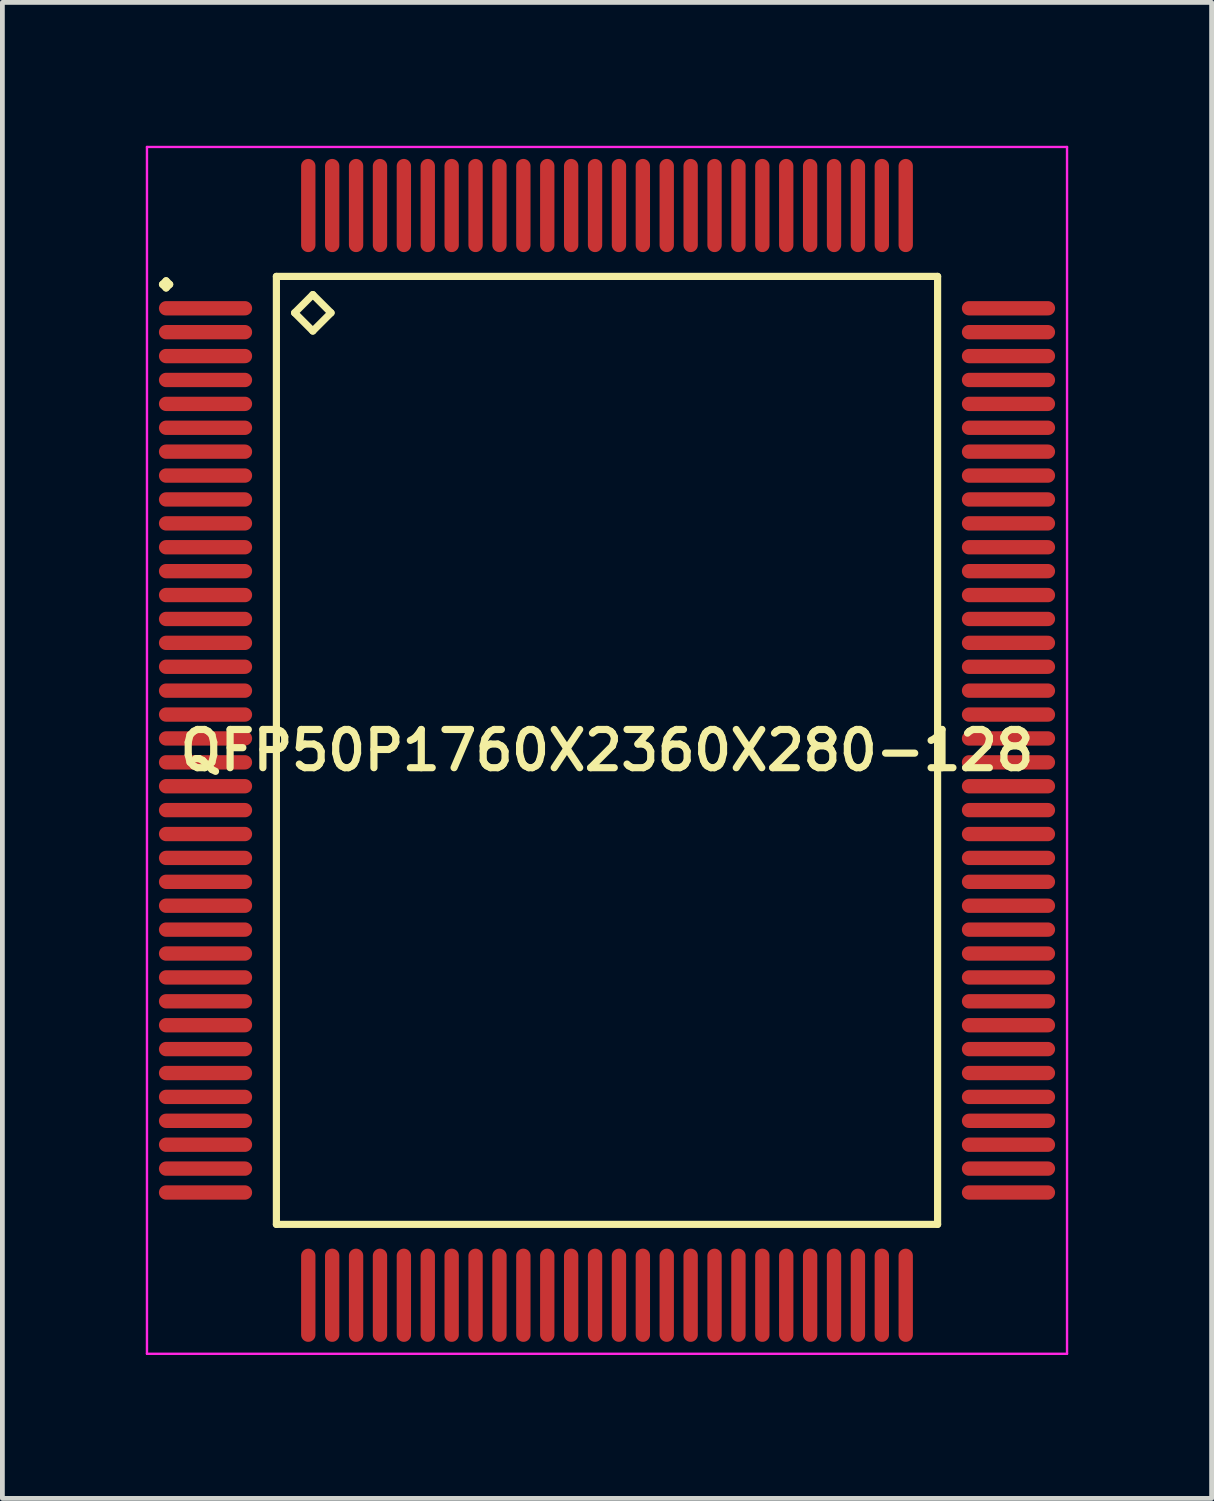
<source format=kicad_pcb>
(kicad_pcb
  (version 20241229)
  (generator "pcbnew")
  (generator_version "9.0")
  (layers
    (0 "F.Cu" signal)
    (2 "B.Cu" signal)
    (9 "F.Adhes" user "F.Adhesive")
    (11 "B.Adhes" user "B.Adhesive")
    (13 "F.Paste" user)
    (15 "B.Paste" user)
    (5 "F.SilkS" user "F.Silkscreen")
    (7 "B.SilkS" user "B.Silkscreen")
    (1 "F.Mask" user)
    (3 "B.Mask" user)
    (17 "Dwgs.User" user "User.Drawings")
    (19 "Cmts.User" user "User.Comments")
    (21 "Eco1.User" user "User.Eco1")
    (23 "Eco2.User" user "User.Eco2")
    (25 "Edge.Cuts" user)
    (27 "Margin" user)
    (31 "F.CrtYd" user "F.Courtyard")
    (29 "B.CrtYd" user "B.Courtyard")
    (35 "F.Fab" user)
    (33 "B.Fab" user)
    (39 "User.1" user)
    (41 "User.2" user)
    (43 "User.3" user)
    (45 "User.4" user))
  (footprint "QFP50P1760X2360X280-128"
    (layer "F.Cu")
    (at 9.65 12.65)
    (property "Reference" "QFP50P1760X2360X280-128" (at 0 0 0) (layer "F.SilkS") (effects (font (size 0.8 0.8) (thickness 0.15))))
    (attr smd)
    (fp_line (start -9.3 -9.75) (end -9.225 -9.825) (stroke (width 0.15) (type solid)) (layer "F.SilkS"))
    (fp_line (start -9.225 -9.825) (end -9.15 -9.75) (stroke (width 0.15) (type solid)) (layer "F.SilkS"))
    (fp_line (start -9.225 -9.675) (end -9.3 -9.75) (stroke (width 0.15) (type solid)) (layer "F.SilkS"))
    (fp_line (start -9.15 -9.75) (end -9.225 -9.675) (stroke (width 0.15) (type solid)) (layer "F.SilkS"))
    (fp_line (start -6.917 -9.917) (end -6.917 9.917) (stroke (width 0.15) (type solid)) (layer "F.SilkS"))
    (fp_line (start -6.917 9.917) (end 6.917 9.917) (stroke (width 0.15) (type solid)) (layer "F.SilkS"))
    (fp_line (start -6.536 -9.155) (end -6.155 -9.536) (stroke (width 0.15) (type solid)) (layer "F.SilkS"))
    (fp_line (start -6.155 -9.536) (end -5.774 -9.155) (stroke (width 0.15) (type solid)) (layer "F.SilkS"))
    (fp_line (start -6.155 -8.774) (end -6.536 -9.155) (stroke (width 0.15) (type solid)) (layer "F.SilkS"))
    (fp_line (start -5.774 -9.155) (end -6.155 -8.774) (stroke (width 0.15) (type solid)) (layer "F.SilkS"))
    (fp_line (start 6.917 -9.917) (end -6.917 -9.917) (stroke (width 0.15) (type solid)) (layer "F.SilkS"))
    (fp_line (start 6.917 9.917) (end 6.917 -9.917) (stroke (width 0.15) (type solid)) (layer "F.SilkS"))
    (fp_line (start -9.625 -12.625) (end 9.625 -12.625) (stroke (width 0.05) (type solid)) (layer "F.CrtYd"))
    (fp_line (start -9.625 12.625) (end -9.625 -12.625) (stroke (width 0.05) (type solid)) (layer "F.CrtYd"))
    (fp_line (start 9.625 -12.625) (end 9.625 12.625) (stroke (width 0.05) (type solid)) (layer "F.CrtYd"))
    (fp_line (start 9.625 12.625) (end -9.625 12.625) (stroke (width 0.05) (type solid)) (layer "F.CrtYd"))
    (pad "1" smd oval (at -8.4 -9.25) (size 1.95 0.3) (layers "F.Cu" "F.Mask" "F.Paste"))
    (pad "2" smd oval (at -8.4 -8.75) (size 1.95 0.3) (layers "F.Cu" "F.Mask" "F.Paste"))
    (pad "3" smd oval (at -8.4 -8.25) (size 1.95 0.3) (layers "F.Cu" "F.Mask" "F.Paste"))
    (pad "4" smd oval (at -8.4 -7.75) (size 1.95 0.3) (layers "F.Cu" "F.Mask" "F.Paste"))
    (pad "5" smd oval (at -8.4 -7.25) (size 1.95 0.3) (layers "F.Cu" "F.Mask" "F.Paste"))
    (pad "6" smd oval (at -8.4 -6.75) (size 1.95 0.3) (layers "F.Cu" "F.Mask" "F.Paste"))
    (pad "7" smd oval (at -8.4 -6.25) (size 1.95 0.3) (layers "F.Cu" "F.Mask" "F.Paste"))
    (pad "8" smd oval (at -8.4 -5.75) (size 1.95 0.3) (layers "F.Cu" "F.Mask" "F.Paste"))
    (pad "9" smd oval (at -8.4 -5.25) (size 1.95 0.3) (layers "F.Cu" "F.Mask" "F.Paste"))
    (pad "10" smd oval (at -8.4 -4.75) (size 1.95 0.3) (layers "F.Cu" "F.Mask" "F.Paste"))
    (pad "11" smd oval (at -8.4 -4.25) (size 1.95 0.3) (layers "F.Cu" "F.Mask" "F.Paste"))
    (pad "12" smd oval (at -8.4 -3.75) (size 1.95 0.3) (layers "F.Cu" "F.Mask" "F.Paste"))
    (pad "13" smd oval (at -8.4 -3.25) (size 1.95 0.3) (layers "F.Cu" "F.Mask" "F.Paste"))
    (pad "14" smd oval (at -8.4 -2.75) (size 1.95 0.3) (layers "F.Cu" "F.Mask" "F.Paste"))
    (pad "15" smd oval (at -8.4 -2.25) (size 1.95 0.3) (layers "F.Cu" "F.Mask" "F.Paste"))
    (pad "16" smd oval (at -8.4 -1.75) (size 1.95 0.3) (layers "F.Cu" "F.Mask" "F.Paste"))
    (pad "17" smd oval (at -8.4 -1.25) (size 1.95 0.3) (layers "F.Cu" "F.Mask" "F.Paste"))
    (pad "18" smd oval (at -8.4 -0.75) (size 1.95 0.3) (layers "F.Cu" "F.Mask" "F.Paste"))
    (pad "19" smd oval (at -8.4 -0.25) (size 1.95 0.3) (layers "F.Cu" "F.Mask" "F.Paste"))
    (pad "20" smd oval (at -8.4 0.25) (size 1.95 0.3) (layers "F.Cu" "F.Mask" "F.Paste"))
    (pad "21" smd oval (at -8.4 0.75) (size 1.95 0.3) (layers "F.Cu" "F.Mask" "F.Paste"))
    (pad "22" smd oval (at -8.4 1.25) (size 1.95 0.3) (layers "F.Cu" "F.Mask" "F.Paste"))
    (pad "23" smd oval (at -8.4 1.75) (size 1.95 0.3) (layers "F.Cu" "F.Mask" "F.Paste"))
    (pad "24" smd oval (at -8.4 2.25) (size 1.95 0.3) (layers "F.Cu" "F.Mask" "F.Paste"))
    (pad "25" smd oval (at -8.4 2.75) (size 1.95 0.3) (layers "F.Cu" "F.Mask" "F.Paste"))
    (pad "26" smd oval (at -8.4 3.25) (size 1.95 0.3) (layers "F.Cu" "F.Mask" "F.Paste"))
    (pad "27" smd oval (at -8.4 3.75) (size 1.95 0.3) (layers "F.Cu" "F.Mask" "F.Paste"))
    (pad "28" smd oval (at -8.4 4.25) (size 1.95 0.3) (layers "F.Cu" "F.Mask" "F.Paste"))
    (pad "29" smd oval (at -8.4 4.75) (size 1.95 0.3) (layers "F.Cu" "F.Mask" "F.Paste"))
    (pad "30" smd oval (at -8.4 5.25) (size 1.95 0.3) (layers "F.Cu" "F.Mask" "F.Paste"))
    (pad "31" smd oval (at -8.4 5.75) (size 1.95 0.3) (layers "F.Cu" "F.Mask" "F.Paste"))
    (pad "32" smd oval (at -8.4 6.25) (size 1.95 0.3) (layers "F.Cu" "F.Mask" "F.Paste"))
    (pad "33" smd oval (at -8.4 6.75) (size 1.95 0.3) (layers "F.Cu" "F.Mask" "F.Paste"))
    (pad "34" smd oval (at -8.4 7.25) (size 1.95 0.3) (layers "F.Cu" "F.Mask" "F.Paste"))
    (pad "35" smd oval (at -8.4 7.75) (size 1.95 0.3) (layers "F.Cu" "F.Mask" "F.Paste"))
    (pad "36" smd oval (at -8.4 8.25) (size 1.95 0.3) (layers "F.Cu" "F.Mask" "F.Paste"))
    (pad "37" smd oval (at -8.4 8.75) (size 1.95 0.3) (layers "F.Cu" "F.Mask" "F.Paste"))
    (pad "38" smd oval (at -8.4 9.25) (size 1.95 0.3) (layers "F.Cu" "F.Mask" "F.Paste"))
    (pad "39" smd oval (at -6.25 11.4) (size 0.3 1.95) (layers "F.Cu" "F.Mask" "F.Paste"))
    (pad "40" smd oval (at -5.75 11.4) (size 0.3 1.95) (layers "F.Cu" "F.Mask" "F.Paste"))
    (pad "41" smd oval (at -5.25 11.4) (size 0.3 1.95) (layers "F.Cu" "F.Mask" "F.Paste"))
    (pad "42" smd oval (at -4.75 11.4) (size 0.3 1.95) (layers "F.Cu" "F.Mask" "F.Paste"))
    (pad "43" smd oval (at -4.25 11.4) (size 0.3 1.95) (layers "F.Cu" "F.Mask" "F.Paste"))
    (pad "44" smd oval (at -3.75 11.4) (size 0.3 1.95) (layers "F.Cu" "F.Mask" "F.Paste"))
    (pad "45" smd oval (at -3.25 11.4) (size 0.3 1.95) (layers "F.Cu" "F.Mask" "F.Paste"))
    (pad "46" smd oval (at -2.75 11.4) (size 0.3 1.95) (layers "F.Cu" "F.Mask" "F.Paste"))
    (pad "47" smd oval (at -2.25 11.4) (size 0.3 1.95) (layers "F.Cu" "F.Mask" "F.Paste"))
    (pad "48" smd oval (at -1.75 11.4) (size 0.3 1.95) (layers "F.Cu" "F.Mask" "F.Paste"))
    (pad "49" smd oval (at -1.25 11.4) (size 0.3 1.95) (layers "F.Cu" "F.Mask" "F.Paste"))
    (pad "50" smd oval (at -0.75 11.4) (size 0.3 1.95) (layers "F.Cu" "F.Mask" "F.Paste"))
    (pad "51" smd oval (at -0.25 11.4) (size 0.3 1.95) (layers "F.Cu" "F.Mask" "F.Paste"))
    (pad "52" smd oval (at 0.25 11.4) (size 0.3 1.95) (layers "F.Cu" "F.Mask" "F.Paste"))
    (pad "53" smd oval (at 0.75 11.4) (size 0.3 1.95) (layers "F.Cu" "F.Mask" "F.Paste"))
    (pad "54" smd oval (at 1.25 11.4) (size 0.3 1.95) (layers "F.Cu" "F.Mask" "F.Paste"))
    (pad "55" smd oval (at 1.75 11.4) (size 0.3 1.95) (layers "F.Cu" "F.Mask" "F.Paste"))
    (pad "56" smd oval (at 2.25 11.4) (size 0.3 1.95) (layers "F.Cu" "F.Mask" "F.Paste"))
    (pad "57" smd oval (at 2.75 11.4) (size 0.3 1.95) (layers "F.Cu" "F.Mask" "F.Paste"))
    (pad "58" smd oval (at 3.25 11.4) (size 0.3 1.95) (layers "F.Cu" "F.Mask" "F.Paste"))
    (pad "59" smd oval (at 3.75 11.4) (size 0.3 1.95) (layers "F.Cu" "F.Mask" "F.Paste"))
    (pad "60" smd oval (at 4.25 11.4) (size 0.3 1.95) (layers "F.Cu" "F.Mask" "F.Paste"))
    (pad "61" smd oval (at 4.75 11.4) (size 0.3 1.95) (layers "F.Cu" "F.Mask" "F.Paste"))
    (pad "62" smd oval (at 5.25 11.4) (size 0.3 1.95) (layers "F.Cu" "F.Mask" "F.Paste"))
    (pad "63" smd oval (at 5.75 11.4) (size 0.3 1.95) (layers "F.Cu" "F.Mask" "F.Paste"))
    (pad "64" smd oval (at 6.25 11.4) (size 0.3 1.95) (layers "F.Cu" "F.Mask" "F.Paste"))
    (pad "65" smd oval (at 8.4 9.25) (size 1.95 0.3) (layers "F.Cu" "F.Mask" "F.Paste"))
    (pad "66" smd oval (at 8.4 8.75) (size 1.95 0.3) (layers "F.Cu" "F.Mask" "F.Paste"))
    (pad "67" smd oval (at 8.4 8.25) (size 1.95 0.3) (layers "F.Cu" "F.Mask" "F.Paste"))
    (pad "68" smd oval (at 8.4 7.75) (size 1.95 0.3) (layers "F.Cu" "F.Mask" "F.Paste"))
    (pad "69" smd oval (at 8.4 7.25) (size 1.95 0.3) (layers "F.Cu" "F.Mask" "F.Paste"))
    (pad "70" smd oval (at 8.4 6.75) (size 1.95 0.3) (layers "F.Cu" "F.Mask" "F.Paste"))
    (pad "71" smd oval (at 8.4 6.25) (size 1.95 0.3) (layers "F.Cu" "F.Mask" "F.Paste"))
    (pad "72" smd oval (at 8.4 5.75) (size 1.95 0.3) (layers "F.Cu" "F.Mask" "F.Paste"))
    (pad "73" smd oval (at 8.4 5.25) (size 1.95 0.3) (layers "F.Cu" "F.Mask" "F.Paste"))
    (pad "74" smd oval (at 8.4 4.75) (size 1.95 0.3) (layers "F.Cu" "F.Mask" "F.Paste"))
    (pad "75" smd oval (at 8.4 4.25) (size 1.95 0.3) (layers "F.Cu" "F.Mask" "F.Paste"))
    (pad "76" smd oval (at 8.4 3.75) (size 1.95 0.3) (layers "F.Cu" "F.Mask" "F.Paste"))
    (pad "77" smd oval (at 8.4 3.25) (size 1.95 0.3) (layers "F.Cu" "F.Mask" "F.Paste"))
    (pad "78" smd oval (at 8.4 2.75) (size 1.95 0.3) (layers "F.Cu" "F.Mask" "F.Paste"))
    (pad "79" smd oval (at 8.4 2.25) (size 1.95 0.3) (layers "F.Cu" "F.Mask" "F.Paste"))
    (pad "80" smd oval (at 8.4 1.75) (size 1.95 0.3) (layers "F.Cu" "F.Mask" "F.Paste"))
    (pad "81" smd oval (at 8.4 1.25) (size 1.95 0.3) (layers "F.Cu" "F.Mask" "F.Paste"))
    (pad "82" smd oval (at 8.4 0.75) (size 1.95 0.3) (layers "F.Cu" "F.Mask" "F.Paste"))
    (pad "83" smd oval (at 8.4 0.25) (size 1.95 0.3) (layers "F.Cu" "F.Mask" "F.Paste"))
    (pad "84" smd oval (at 8.4 -0.25) (size 1.95 0.3) (layers "F.Cu" "F.Mask" "F.Paste"))
    (pad "85" smd oval (at 8.4 -0.75) (size 1.95 0.3) (layers "F.Cu" "F.Mask" "F.Paste"))
    (pad "86" smd oval (at 8.4 -1.25) (size 1.95 0.3) (layers "F.Cu" "F.Mask" "F.Paste"))
    (pad "87" smd oval (at 8.4 -1.75) (size 1.95 0.3) (layers "F.Cu" "F.Mask" "F.Paste"))
    (pad "88" smd oval (at 8.4 -2.25) (size 1.95 0.3) (layers "F.Cu" "F.Mask" "F.Paste"))
    (pad "89" smd oval (at 8.4 -2.75) (size 1.95 0.3) (layers "F.Cu" "F.Mask" "F.Paste"))
    (pad "90" smd oval (at 8.4 -3.25) (size 1.95 0.3) (layers "F.Cu" "F.Mask" "F.Paste"))
    (pad "91" smd oval (at 8.4 -3.75) (size 1.95 0.3) (layers "F.Cu" "F.Mask" "F.Paste"))
    (pad "92" smd oval (at 8.4 -4.25) (size 1.95 0.3) (layers "F.Cu" "F.Mask" "F.Paste"))
    (pad "93" smd oval (at 8.4 -4.75) (size 1.95 0.3) (layers "F.Cu" "F.Mask" "F.Paste"))
    (pad "94" smd oval (at 8.4 -5.25) (size 1.95 0.3) (layers "F.Cu" "F.Mask" "F.Paste"))
    (pad "95" smd oval (at 8.4 -5.75) (size 1.95 0.3) (layers "F.Cu" "F.Mask" "F.Paste"))
    (pad "96" smd oval (at 8.4 -6.25) (size 1.95 0.3) (layers "F.Cu" "F.Mask" "F.Paste"))
    (pad "97" smd oval (at 8.4 -6.75) (size 1.95 0.3) (layers "F.Cu" "F.Mask" "F.Paste"))
    (pad "98" smd oval (at 8.4 -7.25) (size 1.95 0.3) (layers "F.Cu" "F.Mask" "F.Paste"))
    (pad "99" smd oval (at 8.4 -7.75) (size 1.95 0.3) (layers "F.Cu" "F.Mask" "F.Paste"))
    (pad "100" smd oval (at 8.4 -8.25) (size 1.95 0.3) (layers "F.Cu" "F.Mask" "F.Paste"))
    (pad "101" smd oval (at 8.4 -8.75) (size 1.95 0.3) (layers "F.Cu" "F.Mask" "F.Paste"))
    (pad "102" smd oval (at 8.4 -9.25) (size 1.95 0.3) (layers "F.Cu" "F.Mask" "F.Paste"))
    (pad "103" smd oval (at 6.25 -11.4) (size 0.3 1.95) (layers "F.Cu" "F.Mask" "F.Paste"))
    (pad "104" smd oval (at 5.75 -11.4) (size 0.3 1.95) (layers "F.Cu" "F.Mask" "F.Paste"))
    (pad "105" smd oval (at 5.25 -11.4) (size 0.3 1.95) (layers "F.Cu" "F.Mask" "F.Paste"))
    (pad "106" smd oval (at 4.75 -11.4) (size 0.3 1.95) (layers "F.Cu" "F.Mask" "F.Paste"))
    (pad "107" smd oval (at 4.25 -11.4) (size 0.3 1.95) (layers "F.Cu" "F.Mask" "F.Paste"))
    (pad "108" smd oval (at 3.75 -11.4) (size 0.3 1.95) (layers "F.Cu" "F.Mask" "F.Paste"))
    (pad "109" smd oval (at 3.25 -11.4) (size 0.3 1.95) (layers "F.Cu" "F.Mask" "F.Paste"))
    (pad "110" smd oval (at 2.75 -11.4) (size 0.3 1.95) (layers "F.Cu" "F.Mask" "F.Paste"))
    (pad "111" smd oval (at 2.25 -11.4) (size 0.3 1.95) (layers "F.Cu" "F.Mask" "F.Paste"))
    (pad "112" smd oval (at 1.75 -11.4) (size 0.3 1.95) (layers "F.Cu" "F.Mask" "F.Paste"))
    (pad "113" smd oval (at 1.25 -11.4) (size 0.3 1.95) (layers "F.Cu" "F.Mask" "F.Paste"))
    (pad "114" smd oval (at 0.75 -11.4) (size 0.3 1.95) (layers "F.Cu" "F.Mask" "F.Paste"))
    (pad "115" smd oval (at 0.25 -11.4) (size 0.3 1.95) (layers "F.Cu" "F.Mask" "F.Paste"))
    (pad "116" smd oval (at -0.25 -11.4) (size 0.3 1.95) (layers "F.Cu" "F.Mask" "F.Paste"))
    (pad "117" smd oval (at -0.75 -11.4) (size 0.3 1.95) (layers "F.Cu" "F.Mask" "F.Paste"))
    (pad "118" smd oval (at -1.25 -11.4) (size 0.3 1.95) (layers "F.Cu" "F.Mask" "F.Paste"))
    (pad "119" smd oval (at -1.75 -11.4) (size 0.3 1.95) (layers "F.Cu" "F.Mask" "F.Paste"))
    (pad "120" smd oval (at -2.25 -11.4) (size 0.3 1.95) (layers "F.Cu" "F.Mask" "F.Paste"))
    (pad "121" smd oval (at -2.75 -11.4) (size 0.3 1.95) (layers "F.Cu" "F.Mask" "F.Paste"))
    (pad "122" smd oval (at -3.25 -11.4) (size 0.3 1.95) (layers "F.Cu" "F.Mask" "F.Paste"))
    (pad "123" smd oval (at -3.75 -11.4) (size 0.3 1.95) (layers "F.Cu" "F.Mask" "F.Paste"))
    (pad "124" smd oval (at -4.25 -11.4) (size 0.3 1.95) (layers "F.Cu" "F.Mask" "F.Paste"))
    (pad "125" smd oval (at -4.75 -11.4) (size 0.3 1.95) (layers "F.Cu" "F.Mask" "F.Paste"))
    (pad "126" smd oval (at -5.25 -11.4) (size 0.3 1.95) (layers "F.Cu" "F.Mask" "F.Paste"))
    (pad "127" smd oval (at -5.75 -11.4) (size 0.3 1.95) (layers "F.Cu" "F.Mask" "F.Paste"))
    (pad "128" smd oval (at -6.25 -11.4) (size 0.3 1.95) (layers "F.Cu" "F.Mask" "F.Paste")))
  (gr_rect
    (start -3 -3)
    (end 22.3 28.3)
    (stroke (width 0.1) (type default))
    (fill no)
    (layer "Edge.Cuts")))
</source>
